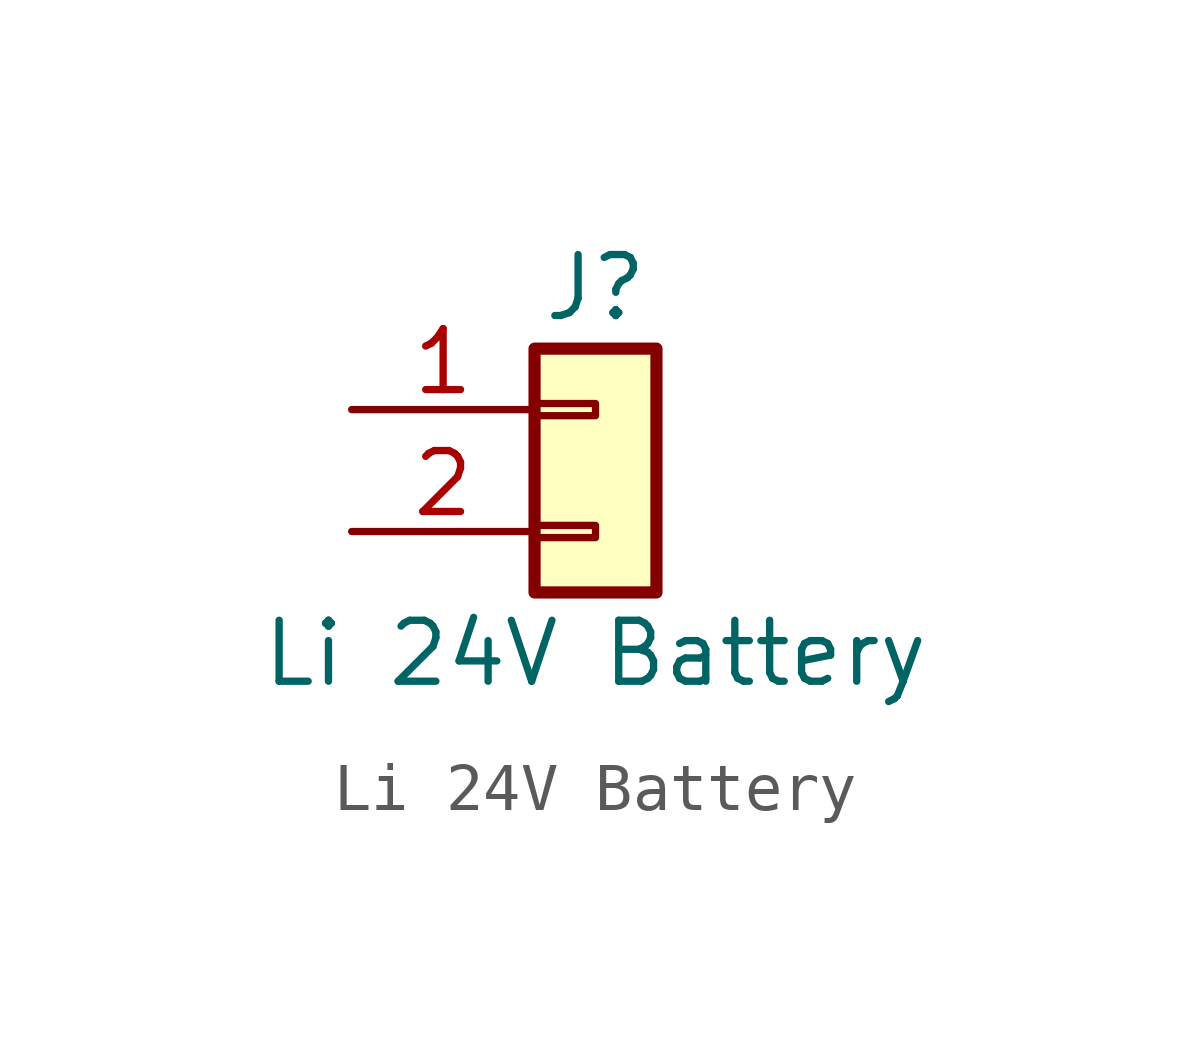
<source format=kicad_sym>
(kicad_symbol_lib
  (version 20211014)
  (generator kicad_symbol_editor)
  (symbol "Li 24V Battery"
    (pin_names
      (offset 1.016) hide)
    (property "Reference" "J"
      (at 0 2.54 0)
      (effects (font (size 1.27 1.27))))
    (property "Value" "Li 24V Battery"
      (at 0 -5.08 0)
      (effects (font (size 1.27 1.27))))
    (symbol "Li 24V Battery_1_1"
      (rectangle (start -1.27 -2.413) (end 0 -2.667) (stroke (width 0.152) (type default) (color 0 0 0 0)) (fill (type none)))
      (rectangle (start -1.27 0.127) (end 0 -0.127) (stroke (width 0.152) (type default) (color 0 0 0 0)) (fill (type none)))
      (rectangle (start -1.27 1.27) (end 1.27 -3.81) (stroke (width 0.254) (type default) (color 0 0 0 0)) (fill (type background)))
      (pin power_out line (at -5.08 0 0) (length 3.81) (name "Pin_1" (effects (font (size 1.27 1.27)))) (number "1" (effects (font (size 1.27 1.27)))))
      (pin power_out line (at -5.08 -2.54 0) (length 3.81) (name "Pin_2" (effects (font (size 1.27 1.27)))) (number "2" (effects (font (size 1.27 1.27))))))))
</source>
